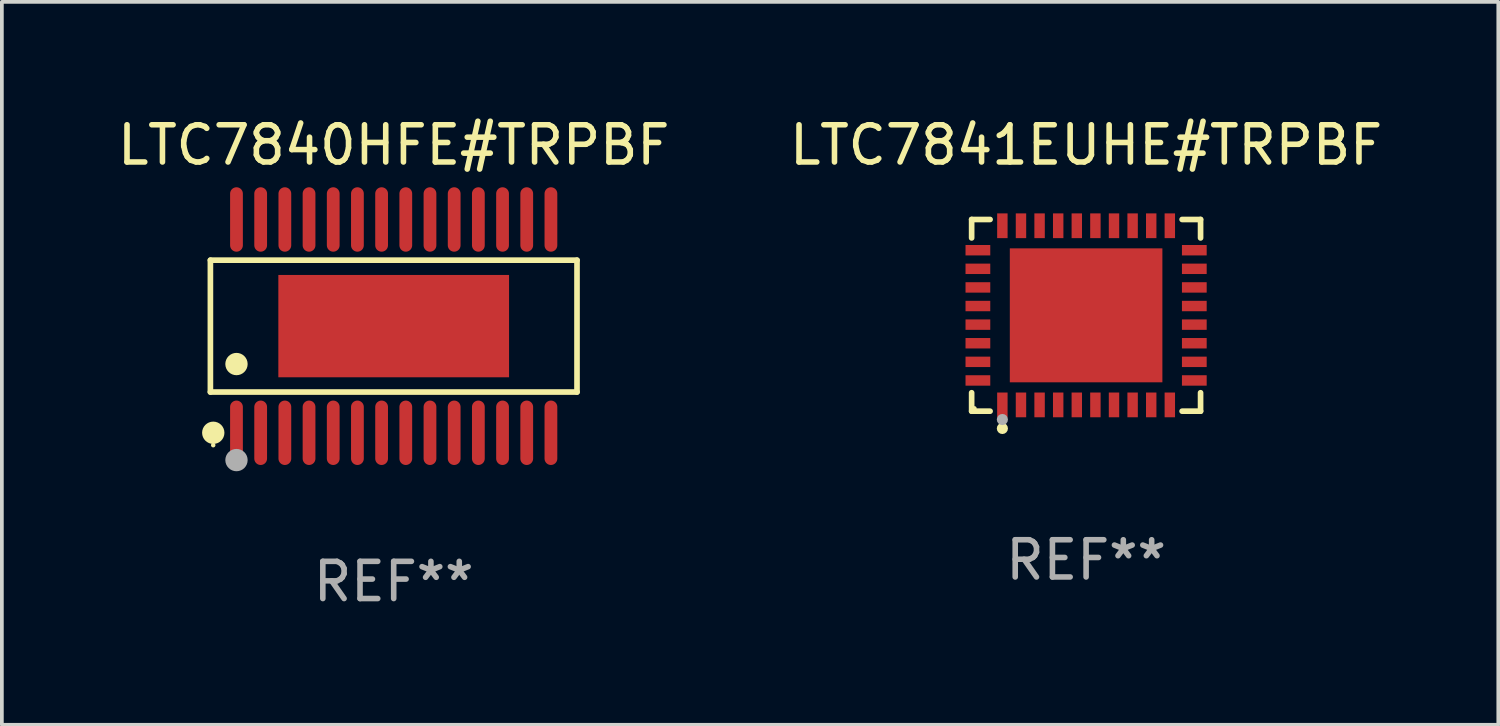
<source format=kicad_pcb>
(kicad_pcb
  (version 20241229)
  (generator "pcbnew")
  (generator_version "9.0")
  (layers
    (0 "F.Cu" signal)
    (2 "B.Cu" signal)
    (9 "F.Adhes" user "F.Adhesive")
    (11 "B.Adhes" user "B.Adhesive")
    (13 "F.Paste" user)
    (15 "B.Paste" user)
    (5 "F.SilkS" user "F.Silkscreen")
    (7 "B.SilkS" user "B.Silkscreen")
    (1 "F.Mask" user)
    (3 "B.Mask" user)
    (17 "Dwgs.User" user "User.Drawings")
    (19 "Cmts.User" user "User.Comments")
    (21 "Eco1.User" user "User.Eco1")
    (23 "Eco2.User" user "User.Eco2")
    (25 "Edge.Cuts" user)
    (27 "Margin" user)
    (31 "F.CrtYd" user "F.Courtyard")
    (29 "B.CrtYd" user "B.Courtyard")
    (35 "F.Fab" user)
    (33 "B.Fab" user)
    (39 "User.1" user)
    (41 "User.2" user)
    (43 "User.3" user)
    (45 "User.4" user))
  (footprint "LTC7841EUHE#TRPBF"
    (layer "F.Cu")
    (at 26.137 5.424)
    (property "Reference" "LTC7841EUHE#TRPBF" (at 0 -4.576 0) (layer "F.SilkS") (effects (font (size 1 1) (thickness 0.15))))
    (attr through_hole)
    (fp_line (start -3.076 -2.576) (end -2.58 -2.576) (stroke (width 0.152) (type solid)) (layer "F.SilkS"))
    (fp_line (start -3.076 -2.08) (end -3.076 -2.576) (stroke (width 0.152) (type solid)) (layer "F.SilkS"))
    (fp_line (start -3.076 2.08) (end -3.076 2.576) (stroke (width 0.152) (type solid)) (layer "F.SilkS"))
    (fp_line (start -3.076 2.576) (end -2.58 2.576) (stroke (width 0.152) (type solid)) (layer "F.SilkS"))
    (fp_line (start 3.076 -2.576) (end 2.58 -2.576) (stroke (width 0.152) (type solid)) (layer "F.SilkS"))
    (fp_line (start 3.076 -2.08) (end 3.076 -2.576) (stroke (width 0.152) (type solid)) (layer "F.SilkS"))
    (fp_line (start 3.076 2.08) (end 3.076 2.576) (stroke (width 0.152) (type solid)) (layer "F.SilkS"))
    (fp_line (start 3.076 2.576) (end 2.58 2.576) (stroke (width 0.152) (type solid)) (layer "F.SilkS"))
    (fp_circle (center -3 2.5) (end -2.97 2.5) (stroke (width 0.06) (type solid)) (fill no) (layer "F.SilkS"))
    (fp_circle (center -2.25 3.04) (end -2.175 3.04) (stroke (width 0.15) (type solid)) (fill no) (layer "F.SilkS"))
    (fp_circle (center -2.25 2.8) (end -2.175 2.8) (stroke (width 0.15) (type solid)) (fill no) (layer "F.Fab"))
    (fp_text user "REF**" (at 0 6.576 0) (layer "F.Fab") (effects (font (size 1 1) (thickness 0.15))))
    (pad "1" smd rect (at -2.25 2.407) (size 0.28 0.665) (layers "F.Cu" "F.Mask" "F.Paste"))
    (pad "2" smd rect (at -1.75 2.407) (size 0.28 0.665) (layers "F.Cu" "F.Mask" "F.Paste"))
    (pad "3" smd rect (at -1.25 2.407) (size 0.28 0.665) (layers "F.Cu" "F.Mask" "F.Paste"))
    (pad "4" smd rect (at -0.75 2.407) (size 0.28 0.665) (layers "F.Cu" "F.Mask" "F.Paste"))
    (pad "5" smd rect (at -0.25 2.407) (size 0.28 0.665) (layers "F.Cu" "F.Mask" "F.Paste"))
    (pad "6" smd rect (at 0.25 2.407) (size 0.28 0.665) (layers "F.Cu" "F.Mask" "F.Paste"))
    (pad "7" smd rect (at 0.75 2.407) (size 0.28 0.665) (layers "F.Cu" "F.Mask" "F.Paste"))
    (pad "8" smd rect (at 1.25 2.407) (size 0.28 0.665) (layers "F.Cu" "F.Mask" "F.Paste"))
    (pad "9" smd rect (at 1.75 2.407) (size 0.28 0.665) (layers "F.Cu" "F.Mask" "F.Paste"))
    (pad "10" smd rect (at 2.25 2.407) (size 0.28 0.665) (layers "F.Cu" "F.Mask" "F.Paste"))
    (pad "11" smd rect (at 2.908 1.75) (size 0.665 0.28) (layers "F.Cu" "F.Mask" "F.Paste"))
    (pad "12" smd rect (at 2.908 1.25) (size 0.665 0.28) (layers "F.Cu" "F.Mask" "F.Paste"))
    (pad "13" smd rect (at 2.908 0.75) (size 0.665 0.28) (layers "F.Cu" "F.Mask" "F.Paste"))
    (pad "14" smd rect (at 2.908 0.25) (size 0.665 0.28) (layers "F.Cu" "F.Mask" "F.Paste"))
    (pad "15" smd rect (at 2.908 -0.25) (size 0.665 0.28) (layers "F.Cu" "F.Mask" "F.Paste"))
    (pad "16" smd rect (at 2.908 -0.75) (size 0.665 0.28) (layers "F.Cu" "F.Mask" "F.Paste"))
    (pad "17" smd rect (at 2.908 -1.25) (size 0.665 0.28) (layers "F.Cu" "F.Mask" "F.Paste"))
    (pad "18" smd rect (at 2.908 -1.75) (size 0.665 0.28) (layers "F.Cu" "F.Mask" "F.Paste"))
    (pad "19" smd rect (at 2.25 -2.407) (size 0.28 0.665) (layers "F.Cu" "F.Mask" "F.Paste"))
    (pad "20" smd rect (at 1.75 -2.407) (size 0.28 0.665) (layers "F.Cu" "F.Mask" "F.Paste"))
    (pad "21" smd rect (at 1.25 -2.407) (size 0.28 0.665) (layers "F.Cu" "F.Mask" "F.Paste"))
    (pad "22" smd rect (at 0.75 -2.407) (size 0.28 0.665) (layers "F.Cu" "F.Mask" "F.Paste"))
    (pad "23" smd rect (at 0.25 -2.407) (size 0.28 0.665) (layers "F.Cu" "F.Mask" "F.Paste"))
    (pad "24" smd rect (at -0.25 -2.407) (size 0.28 0.665) (layers "F.Cu" "F.Mask" "F.Paste"))
    (pad "25" smd rect (at -0.75 -2.407) (size 0.28 0.665) (layers "F.Cu" "F.Mask" "F.Paste"))
    (pad "26" smd rect (at -1.25 -2.407) (size 0.28 0.665) (layers "F.Cu" "F.Mask" "F.Paste"))
    (pad "27" smd rect (at -1.75 -2.407) (size 0.28 0.665) (layers "F.Cu" "F.Mask" "F.Paste"))
    (pad "28" smd rect (at -2.25 -2.407) (size 0.28 0.665) (layers "F.Cu" "F.Mask" "F.Paste"))
    (pad "29" smd rect (at -2.908 -1.75) (size 0.665 0.28) (layers "F.Cu" "F.Mask" "F.Paste"))
    (pad "30" smd rect (at -2.908 -1.25) (size 0.665 0.28) (layers "F.Cu" "F.Mask" "F.Paste"))
    (pad "31" smd rect (at -2.908 -0.75) (size 0.665 0.28) (layers "F.Cu" "F.Mask" "F.Paste"))
    (pad "32" smd rect (at -2.908 -0.25) (size 0.665 0.28) (layers "F.Cu" "F.Mask" "F.Paste"))
    (pad "33" smd rect (at -2.908 0.25) (size 0.665 0.28) (layers "F.Cu" "F.Mask" "F.Paste"))
    (pad "34" smd rect (at -2.908 0.75) (size 0.665 0.28) (layers "F.Cu" "F.Mask" "F.Paste"))
    (pad "35" smd rect (at -2.908 1.25) (size 0.665 0.28) (layers "F.Cu" "F.Mask" "F.Paste"))
    (pad "36" smd rect (at -2.908 1.75) (size 0.665 0.28) (layers "F.Cu" "F.Mask" "F.Paste"))
    (pad "37" smd rect (at 0 0) (size 4.1 3.6) (layers "F.Cu" "F.Mask" "F.Paste")))
  (footprint "LTC7840HFE#TRPBF"
    (layer "F.Cu")
    (at 7.53 5.714)
    (property "Reference" "LTC7840HFE#TRPBF" (at 0 -4.866 0) (layer "F.SilkS") (effects (font (size 1 1) (thickness 0.15))))
    (attr through_hole)
    (fp_line (start -4.926 -1.772) (end 4.926 -1.772) (stroke (width 0.152) (type solid)) (layer "F.SilkS"))
    (fp_line (start -4.926 1.771) (end -4.926 -1.772) (stroke (width 0.152) (type solid)) (layer "F.SilkS"))
    (fp_line (start 4.926 -1.772) (end 4.926 1.771) (stroke (width 0.152) (type solid)) (layer "F.SilkS"))
    (fp_line (start 4.926 1.771) (end -4.926 1.771) (stroke (width 0.152) (type solid)) (layer "F.SilkS"))
    (fp_circle (center -4.85 3.2) (end -4.82 3.2) (stroke (width 0.06) (type solid)) (fill no) (layer "F.SilkS"))
    (fp_circle (center -4.849 2.866) (end -4.699 2.866) (stroke (width 0.3) (type solid)) (fill no) (layer "F.SilkS"))
    (fp_circle (center -4.225 1.019) (end -4.075 1.019) (stroke (width 0.3) (type solid)) (fill no) (layer "F.SilkS"))
    (fp_circle (center -4.225 3.6) (end -4.075 3.6) (stroke (width 0.3) (type solid)) (fill no) (layer "F.Fab"))
    (fp_text user "REF**" (at 0 6.866 0) (layer "F.Fab") (effects (font (size 1 1) (thickness 0.15))))
    (pad "1" smd oval (at -4.225 2.866) (size 0.343 1.731) (layers "F.Cu" "F.Mask" "F.Paste"))
    (pad "2" smd oval (at -3.575 2.866) (size 0.343 1.731) (layers "F.Cu" "F.Mask" "F.Paste"))
    (pad "3" smd oval (at -2.925 2.866) (size 0.343 1.731) (layers "F.Cu" "F.Mask" "F.Paste"))
    (pad "4" smd oval (at -2.275 2.866) (size 0.343 1.731) (layers "F.Cu" "F.Mask" "F.Paste"))
    (pad "5" smd oval (at -1.625 2.866) (size 0.343 1.731) (layers "F.Cu" "F.Mask" "F.Paste"))
    (pad "6" smd oval (at -0.975 2.866) (size 0.343 1.731) (layers "F.Cu" "F.Mask" "F.Paste"))
    (pad "7" smd oval (at -0.325 2.866) (size 0.343 1.731) (layers "F.Cu" "F.Mask" "F.Paste"))
    (pad "8" smd oval (at 0.325 2.866) (size 0.343 1.731) (layers "F.Cu" "F.Mask" "F.Paste"))
    (pad "9" smd oval (at 0.975 2.866) (size 0.343 1.731) (layers "F.Cu" "F.Mask" "F.Paste"))
    (pad "10" smd oval (at 1.625 2.866) (size 0.343 1.731) (layers "F.Cu" "F.Mask" "F.Paste"))
    (pad "11" smd oval (at 2.275 2.866) (size 0.343 1.731) (layers "F.Cu" "F.Mask" "F.Paste"))
    (pad "12" smd oval (at 2.925 2.866) (size 0.343 1.731) (layers "F.Cu" "F.Mask" "F.Paste"))
    (pad "13" smd oval (at 3.575 2.866) (size 0.343 1.731) (layers "F.Cu" "F.Mask" "F.Paste"))
    (pad "14" smd oval (at 4.225 2.866) (size 0.343 1.731) (layers "F.Cu" "F.Mask" "F.Paste"))
    (pad "15" smd oval (at 4.225 -2.866) (size 0.343 1.731) (layers "F.Cu" "F.Mask" "F.Paste"))
    (pad "16" smd oval (at 3.575 -2.866) (size 0.343 1.731) (layers "F.Cu" "F.Mask" "F.Paste"))
    (pad "17" smd oval (at 2.925 -2.866) (size 0.343 1.731) (layers "F.Cu" "F.Mask" "F.Paste"))
    (pad "18" smd oval (at 2.275 -2.866) (size 0.343 1.731) (layers "F.Cu" "F.Mask" "F.Paste"))
    (pad "19" smd oval (at 1.625 -2.866) (size 0.343 1.731) (layers "F.Cu" "F.Mask" "F.Paste"))
    (pad "20" smd oval (at 0.975 -2.866) (size 0.343 1.731) (layers "F.Cu" "F.Mask" "F.Paste"))
    (pad "21" smd oval (at 0.325 -2.866) (size 0.343 1.731) (layers "F.Cu" "F.Mask" "F.Paste"))
    (pad "22" smd oval (at -0.325 -2.866) (size 0.343 1.731) (layers "F.Cu" "F.Mask" "F.Paste"))
    (pad "23" smd oval (at -0.975 -2.866) (size 0.343 1.731) (layers "F.Cu" "F.Mask" "F.Paste"))
    (pad "24" smd oval (at -1.625 -2.866) (size 0.343 1.731) (layers "F.Cu" "F.Mask" "F.Paste"))
    (pad "25" smd oval (at -2.275 -2.866) (size 0.343 1.731) (layers "F.Cu" "F.Mask" "F.Paste"))
    (pad "26" smd oval (at -2.925 -2.866) (size 0.343 1.731) (layers "F.Cu" "F.Mask" "F.Paste"))
    (pad "27" smd oval (at -3.575 -2.866) (size 0.343 1.731) (layers "F.Cu" "F.Mask" "F.Paste"))
    (pad "28" smd oval (at -4.225 -2.866) (size 0.343 1.731) (layers "F.Cu" "F.Mask" "F.Paste"))
    (pad "29" smd rect (at 0 -0.000127) (size 6.2 2.75) (layers "F.Cu" "F.Mask" "F.Paste")))
  (gr_rect
    (start -3 -3)
    (end 37.214 16.428)
    (stroke (width 0.1) (type default))
    (fill no)
    (layer "Edge.Cuts")))
</source>
